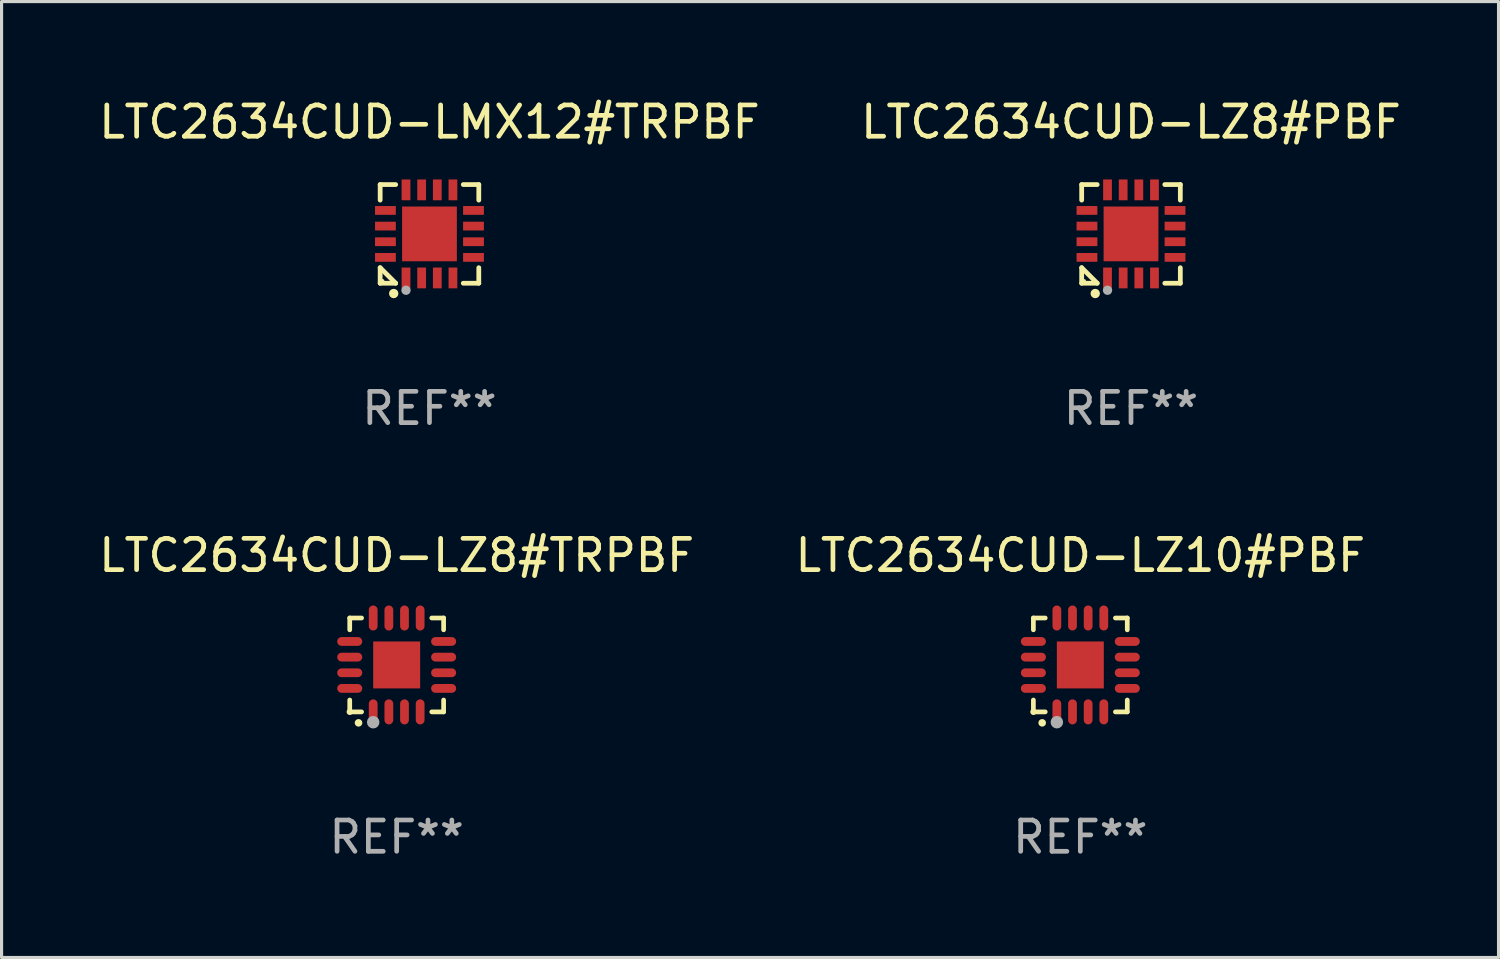
<source format=kicad_pcb>
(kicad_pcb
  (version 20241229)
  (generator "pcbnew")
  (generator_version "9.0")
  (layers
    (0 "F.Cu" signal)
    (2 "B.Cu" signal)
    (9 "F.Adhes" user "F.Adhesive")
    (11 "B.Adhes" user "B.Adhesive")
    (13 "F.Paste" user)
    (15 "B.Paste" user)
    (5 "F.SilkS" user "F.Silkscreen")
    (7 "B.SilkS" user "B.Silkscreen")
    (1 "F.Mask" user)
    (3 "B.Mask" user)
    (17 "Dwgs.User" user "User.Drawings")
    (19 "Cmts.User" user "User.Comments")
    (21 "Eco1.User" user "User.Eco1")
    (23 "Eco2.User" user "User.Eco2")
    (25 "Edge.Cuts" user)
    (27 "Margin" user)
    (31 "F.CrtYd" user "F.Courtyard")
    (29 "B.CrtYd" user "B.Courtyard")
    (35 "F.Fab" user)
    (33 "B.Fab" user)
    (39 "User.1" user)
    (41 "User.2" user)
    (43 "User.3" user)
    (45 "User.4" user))
  (footprint "LTC2634CUD-LZ8#TRPBF"
    (layer "F.Cu")
    (at 9.625 18.197)
    (property "Reference" "LTC2634CUD-LZ8#TRPBF" (at 0 -3.5 0) (layer "F.SilkS") (effects (font (size 1 1) (thickness 0.15))))
    (attr through_hole)
    (fp_line (start -1.5 -1.5) (end -1.121 -1.5) (stroke (width 0.15) (type solid)) (layer "F.SilkS"))
    (fp_line (start -1.5 -1.122) (end -1.5 -1.5) (stroke (width 0.15) (type solid)) (layer "F.SilkS"))
    (fp_line (start -1.5 1.5) (end -1.5 1.121) (stroke (width 0.15) (type solid)) (layer "F.SilkS"))
    (fp_line (start -1.121 1.5) (end -1.5 1.5) (stroke (width 0.15) (type solid)) (layer "F.SilkS"))
    (fp_line (start 1.121 -1.5) (end 1.5 -1.5) (stroke (width 0.15) (type solid)) (layer "F.SilkS"))
    (fp_line (start 1.5 -1.5) (end 1.5 -1.122) (stroke (width 0.15) (type solid)) (layer "F.SilkS"))
    (fp_line (start 1.5 1.121) (end 1.5 1.5) (stroke (width 0.15) (type solid)) (layer "F.SilkS"))
    (fp_line (start 1.5 1.5) (end 1.121 1.5) (stroke (width 0.15) (type solid)) (layer "F.SilkS"))
    (fp_arc (start -1.219926 1.850254) (mid -1.21891 1.85025) (end -1.217894 1.850254) (stroke (width 0.240005) (type solid)) (layer "F.SilkS"))
    (fp_circle (center -1.5 1.5) (end -1.45 1.5) (stroke (width 0.1) (type solid)) (fill no) (layer "F.SilkS"))
    (fp_circle (center -0.75 1.83) (end -0.65 1.83) (stroke (width 0.2) (type solid)) (fill no) (layer "F.Fab"))
    (fp_text user "REF**" (at 0 5.5 0) (layer "F.Fab") (effects (font (size 1 1) (thickness 0.15))))
    (pad "1" smd oval (at -0.75 1.5) (size 0.28 0.8) (layers "F.Cu" "F.Mask" "F.Paste"))
    (pad "2" smd oval (at -0.25 1.5) (size 0.28 0.8) (layers "F.Cu" "F.Mask" "F.Paste"))
    (pad "3" smd oval (at 0.25 1.5) (size 0.28 0.8) (layers "F.Cu" "F.Mask" "F.Paste"))
    (pad "4" smd oval (at 0.75 1.5) (size 0.28 0.8) (layers "F.Cu" "F.Mask" "F.Paste"))
    (pad "5" smd oval (at 1.5 0.75) (size 0.8 0.28) (layers "F.Cu" "F.Mask" "F.Paste"))
    (pad "6" smd oval (at 1.5 0.25) (size 0.8 0.28) (layers "F.Cu" "F.Mask" "F.Paste"))
    (pad "7" smd oval (at 1.5 -0.25) (size 0.8 0.28) (layers "F.Cu" "F.Mask" "F.Paste"))
    (pad "8" smd oval (at 1.5 -0.75) (size 0.8 0.28) (layers "F.Cu" "F.Mask" "F.Paste"))
    (pad "9" smd oval (at 0.75 -1.5) (size 0.28 0.8) (layers "F.Cu" "F.Mask" "F.Paste"))
    (pad "10" smd oval (at 0.25 -1.5) (size 0.28 0.8) (layers "F.Cu" "F.Mask" "F.Paste"))
    (pad "11" smd oval (at -0.25 -1.5) (size 0.28 0.8) (layers "F.Cu" "F.Mask" "F.Paste"))
    (pad "12" smd oval (at -0.75 -1.5) (size 0.28 0.8) (layers "F.Cu" "F.Mask" "F.Paste"))
    (pad "13" smd oval (at -1.5 -0.75) (size 0.8 0.28) (layers "F.Cu" "F.Mask" "F.Paste"))
    (pad "14" smd oval (at -1.5 -0.25) (size 0.8 0.28) (layers "F.Cu" "F.Mask" "F.Paste"))
    (pad "15" smd oval (at -1.5 0.25) (size 0.8 0.28) (layers "F.Cu" "F.Mask" "F.Paste"))
    (pad "16" smd oval (at -1.5 0.75) (size 0.8 0.28) (layers "F.Cu" "F.Mask" "F.Paste"))
    (pad "17" smd rect (at -0.000064 0.000165) (size 1.5 1.5) (layers "F.Cu" "F.Mask" "F.Paste")))
  (footprint "LTC2634CUD-LZ8#PBF"
    (layer "F.Cu")
    (at 33.089 4.424)
    (property "Reference" "LTC2634CUD-LZ8#PBF" (at 0 -3.576 0) (layer "F.SilkS") (effects (font (size 1 1) (thickness 0.15))))
    (attr through_hole)
    (fp_line (start -1.576 -1.576) (end -1.08 -1.576) (stroke (width 0.152) (type solid)) (layer "F.SilkS"))
    (fp_line (start -1.576 -1.08) (end -1.576 -1.576) (stroke (width 0.152) (type solid)) (layer "F.SilkS"))
    (fp_line (start -1.576 1.08) (end -1.576 1.576) (stroke (width 0.152) (type solid)) (layer "F.SilkS"))
    (fp_line (start -1.576 1.576) (end -1.08 1.576) (stroke (width 0.152) (type solid)) (layer "F.SilkS"))
    (fp_line (start -1.08 1.576) (end -1.576 1.08) (stroke (width 0.152) (type solid)) (layer "F.SilkS"))
    (fp_line (start 1.576 -1.576) (end 1.08 -1.576) (stroke (width 0.152) (type solid)) (layer "F.SilkS"))
    (fp_line (start 1.576 -1.08) (end 1.576 -1.576) (stroke (width 0.152) (type solid)) (layer "F.SilkS"))
    (fp_line (start 1.576 1.08) (end 1.576 1.576) (stroke (width 0.152) (type solid)) (layer "F.SilkS"))
    (fp_line (start 1.576 1.576) (end 1.08 1.576) (stroke (width 0.152) (type solid)) (layer "F.SilkS"))
    (fp_circle (center -1.5 1.5) (end -1.47 1.5) (stroke (width 0.06) (type solid)) (fill no) (layer "F.SilkS"))
    (fp_circle (center -1.143 1.905) (end -1.068 1.905) (stroke (width 0.15) (type solid)) (fill no) (layer "F.SilkS"))
    (fp_circle (center -0.75 1.8) (end -0.675 1.8) (stroke (width 0.15) (type solid)) (fill no) (layer "F.Fab"))
    (fp_text user "REF**" (at 0 5.576 0) (layer "F.Fab") (effects (font (size 1 1) (thickness 0.15))))
    (pad "1" smd rect (at -0.75 1.407) (size 0.28 0.665) (layers "F.Cu" "F.Mask" "F.Paste"))
    (pad "2" smd rect (at -0.25 1.407) (size 0.28 0.665) (layers "F.Cu" "F.Mask" "F.Paste"))
    (pad "3" smd rect (at 0.25 1.407) (size 0.28 0.665) (layers "F.Cu" "F.Mask" "F.Paste"))
    (pad "4" smd rect (at 0.75 1.407) (size 0.28 0.665) (layers "F.Cu" "F.Mask" "F.Paste"))
    (pad "5" smd rect (at 1.407 0.75) (size 0.665 0.28) (layers "F.Cu" "F.Mask" "F.Paste"))
    (pad "6" smd rect (at 1.407 0.25) (size 0.665 0.28) (layers "F.Cu" "F.Mask" "F.Paste"))
    (pad "7" smd rect (at 1.407 -0.25) (size 0.665 0.28) (layers "F.Cu" "F.Mask" "F.Paste"))
    (pad "8" smd rect (at 1.407 -0.75) (size 0.665 0.28) (layers "F.Cu" "F.Mask" "F.Paste"))
    (pad "9" smd rect (at 0.75 -1.407) (size 0.28 0.665) (layers "F.Cu" "F.Mask" "F.Paste"))
    (pad "10" smd rect (at 0.25 -1.407) (size 0.28 0.665) (layers "F.Cu" "F.Mask" "F.Paste"))
    (pad "11" smd rect (at -0.25 -1.407) (size 0.28 0.665) (layers "F.Cu" "F.Mask" "F.Paste"))
    (pad "12" smd rect (at -0.75 -1.407) (size 0.28 0.665) (layers "F.Cu" "F.Mask" "F.Paste"))
    (pad "13" smd rect (at -1.407 -0.75) (size 0.665 0.28) (layers "F.Cu" "F.Mask" "F.Paste"))
    (pad "14" smd rect (at -1.407 -0.25) (size 0.665 0.28) (layers "F.Cu" "F.Mask" "F.Paste"))
    (pad "15" smd rect (at -1.407 0.25) (size 0.665 0.28) (layers "F.Cu" "F.Mask" "F.Paste"))
    (pad "16" smd rect (at -1.407 0.75) (size 0.665 0.28) (layers "F.Cu" "F.Mask" "F.Paste"))
    (pad "17" smd rect (at 0 0) (size 1.75 1.75) (layers "F.Cu" "F.Mask" "F.Paste")))
  (footprint "LTC2634CUD-LZ10#PBF"
    (layer "F.Cu")
    (at 31.47 18.197)
    (property "Reference" "LTC2634CUD-LZ10#PBF" (at 0 -3.5 0) (layer "F.SilkS") (effects (font (size 1 1) (thickness 0.15))))
    (attr through_hole)
    (fp_line (start -1.5 -1.5) (end -1.121 -1.5) (stroke (width 0.15) (type solid)) (layer "F.SilkS"))
    (fp_line (start -1.5 -1.122) (end -1.5 -1.5) (stroke (width 0.15) (type solid)) (layer "F.SilkS"))
    (fp_line (start -1.5 1.5) (end -1.5 1.121) (stroke (width 0.15) (type solid)) (layer "F.SilkS"))
    (fp_line (start -1.121 1.5) (end -1.5 1.5) (stroke (width 0.15) (type solid)) (layer "F.SilkS"))
    (fp_line (start 1.121 -1.5) (end 1.5 -1.5) (stroke (width 0.15) (type solid)) (layer "F.SilkS"))
    (fp_line (start 1.5 -1.5) (end 1.5 -1.122) (stroke (width 0.15) (type solid)) (layer "F.SilkS"))
    (fp_line (start 1.5 1.121) (end 1.5 1.5) (stroke (width 0.15) (type solid)) (layer "F.SilkS"))
    (fp_line (start 1.5 1.5) (end 1.121 1.5) (stroke (width 0.15) (type solid)) (layer "F.SilkS"))
    (fp_arc (start -1.219926 1.850254) (mid -1.21891 1.85025) (end -1.217894 1.850254) (stroke (width 0.240005) (type solid)) (layer "F.SilkS"))
    (fp_circle (center -1.5 1.5) (end -1.45 1.5) (stroke (width 0.1) (type solid)) (fill no) (layer "F.SilkS"))
    (fp_circle (center -0.75 1.83) (end -0.65 1.83) (stroke (width 0.2) (type solid)) (fill no) (layer "F.Fab"))
    (fp_text user "REF**" (at 0 5.5 0) (layer "F.Fab") (effects (font (size 1 1) (thickness 0.15))))
    (pad "1" smd oval (at -0.75 1.5) (size 0.28 0.8) (layers "F.Cu" "F.Mask" "F.Paste"))
    (pad "2" smd oval (at -0.25 1.5) (size 0.28 0.8) (layers "F.Cu" "F.Mask" "F.Paste"))
    (pad "3" smd oval (at 0.25 1.5) (size 0.28 0.8) (layers "F.Cu" "F.Mask" "F.Paste"))
    (pad "4" smd oval (at 0.75 1.5) (size 0.28 0.8) (layers "F.Cu" "F.Mask" "F.Paste"))
    (pad "5" smd oval (at 1.5 0.75) (size 0.8 0.28) (layers "F.Cu" "F.Mask" "F.Paste"))
    (pad "6" smd oval (at 1.5 0.25) (size 0.8 0.28) (layers "F.Cu" "F.Mask" "F.Paste"))
    (pad "7" smd oval (at 1.5 -0.25) (size 0.8 0.28) (layers "F.Cu" "F.Mask" "F.Paste"))
    (pad "8" smd oval (at 1.5 -0.75) (size 0.8 0.28) (layers "F.Cu" "F.Mask" "F.Paste"))
    (pad "9" smd oval (at 0.75 -1.5) (size 0.28 0.8) (layers "F.Cu" "F.Mask" "F.Paste"))
    (pad "10" smd oval (at 0.25 -1.5) (size 0.28 0.8) (layers "F.Cu" "F.Mask" "F.Paste"))
    (pad "11" smd oval (at -0.25 -1.5) (size 0.28 0.8) (layers "F.Cu" "F.Mask" "F.Paste"))
    (pad "12" smd oval (at -0.75 -1.5) (size 0.28 0.8) (layers "F.Cu" "F.Mask" "F.Paste"))
    (pad "13" smd oval (at -1.5 -0.75) (size 0.8 0.28) (layers "F.Cu" "F.Mask" "F.Paste"))
    (pad "14" smd oval (at -1.5 -0.25) (size 0.8 0.28) (layers "F.Cu" "F.Mask" "F.Paste"))
    (pad "15" smd oval (at -1.5 0.25) (size 0.8 0.28) (layers "F.Cu" "F.Mask" "F.Paste"))
    (pad "16" smd oval (at -1.5 0.75) (size 0.8 0.28) (layers "F.Cu" "F.Mask" "F.Paste"))
    (pad "17" smd rect (at -0.000064 0.000165) (size 1.5 1.5) (layers "F.Cu" "F.Mask" "F.Paste")))
  (footprint "LTC2634CUD-LMX12#TRPBF"
    (layer "F.Cu")
    (at 10.673 4.424)
    (property "Reference" "LTC2634CUD-LMX12#TRPBF" (at 0 -3.576 0) (layer "F.SilkS") (effects (font (size 1 1) (thickness 0.15))))
    (attr through_hole)
    (fp_line (start -1.576 -1.576) (end -1.08 -1.576) (stroke (width 0.152) (type solid)) (layer "F.SilkS"))
    (fp_line (start -1.576 -1.08) (end -1.576 -1.576) (stroke (width 0.152) (type solid)) (layer "F.SilkS"))
    (fp_line (start -1.576 1.08) (end -1.576 1.576) (stroke (width 0.152) (type solid)) (layer "F.SilkS"))
    (fp_line (start -1.576 1.576) (end -1.08 1.576) (stroke (width 0.152) (type solid)) (layer "F.SilkS"))
    (fp_line (start -1.08 1.576) (end -1.576 1.08) (stroke (width 0.152) (type solid)) (layer "F.SilkS"))
    (fp_line (start 1.576 -1.576) (end 1.08 -1.576) (stroke (width 0.152) (type solid)) (layer "F.SilkS"))
    (fp_line (start 1.576 -1.08) (end 1.576 -1.576) (stroke (width 0.152) (type solid)) (layer "F.SilkS"))
    (fp_line (start 1.576 1.08) (end 1.576 1.576) (stroke (width 0.152) (type solid)) (layer "F.SilkS"))
    (fp_line (start 1.576 1.576) (end 1.08 1.576) (stroke (width 0.152) (type solid)) (layer "F.SilkS"))
    (fp_circle (center -1.5 1.5) (end -1.47 1.5) (stroke (width 0.06) (type solid)) (fill no) (layer "F.SilkS"))
    (fp_circle (center -1.143 1.905) (end -1.068 1.905) (stroke (width 0.15) (type solid)) (fill no) (layer "F.SilkS"))
    (fp_circle (center -0.75 1.8) (end -0.675 1.8) (stroke (width 0.15) (type solid)) (fill no) (layer "F.Fab"))
    (fp_text user "REF**" (at 0 5.576 0) (layer "F.Fab") (effects (font (size 1 1) (thickness 0.15))))
    (pad "1" smd rect (at -0.75 1.407) (size 0.28 0.665) (layers "F.Cu" "F.Mask" "F.Paste"))
    (pad "2" smd rect (at -0.25 1.407) (size 0.28 0.665) (layers "F.Cu" "F.Mask" "F.Paste"))
    (pad "3" smd rect (at 0.25 1.407) (size 0.28 0.665) (layers "F.Cu" "F.Mask" "F.Paste"))
    (pad "4" smd rect (at 0.75 1.407) (size 0.28 0.665) (layers "F.Cu" "F.Mask" "F.Paste"))
    (pad "5" smd rect (at 1.407 0.75) (size 0.665 0.28) (layers "F.Cu" "F.Mask" "F.Paste"))
    (pad "6" smd rect (at 1.407 0.25) (size 0.665 0.28) (layers "F.Cu" "F.Mask" "F.Paste"))
    (pad "7" smd rect (at 1.407 -0.25) (size 0.665 0.28) (layers "F.Cu" "F.Mask" "F.Paste"))
    (pad "8" smd rect (at 1.407 -0.75) (size 0.665 0.28) (layers "F.Cu" "F.Mask" "F.Paste"))
    (pad "9" smd rect (at 0.75 -1.407) (size 0.28 0.665) (layers "F.Cu" "F.Mask" "F.Paste"))
    (pad "10" smd rect (at 0.25 -1.407) (size 0.28 0.665) (layers "F.Cu" "F.Mask" "F.Paste"))
    (pad "11" smd rect (at -0.25 -1.407) (size 0.28 0.665) (layers "F.Cu" "F.Mask" "F.Paste"))
    (pad "12" smd rect (at -0.75 -1.407) (size 0.28 0.665) (layers "F.Cu" "F.Mask" "F.Paste"))
    (pad "13" smd rect (at -1.407 -0.75) (size 0.665 0.28) (layers "F.Cu" "F.Mask" "F.Paste"))
    (pad "14" smd rect (at -1.407 -0.25) (size 0.665 0.28) (layers "F.Cu" "F.Mask" "F.Paste"))
    (pad "15" smd rect (at -1.407 0.25) (size 0.665 0.28) (layers "F.Cu" "F.Mask" "F.Paste"))
    (pad "16" smd rect (at -1.407 0.75) (size 0.665 0.28) (layers "F.Cu" "F.Mask" "F.Paste"))
    (pad "17" smd rect (at 0 0) (size 1.75 1.75) (layers "F.Cu" "F.Mask" "F.Paste")))
  (gr_rect
    (start -3 -3)
    (end 44.833 27.546)
    (stroke (width 0.1) (type default))
    (fill no)
    (layer "Edge.Cuts")))
</source>
